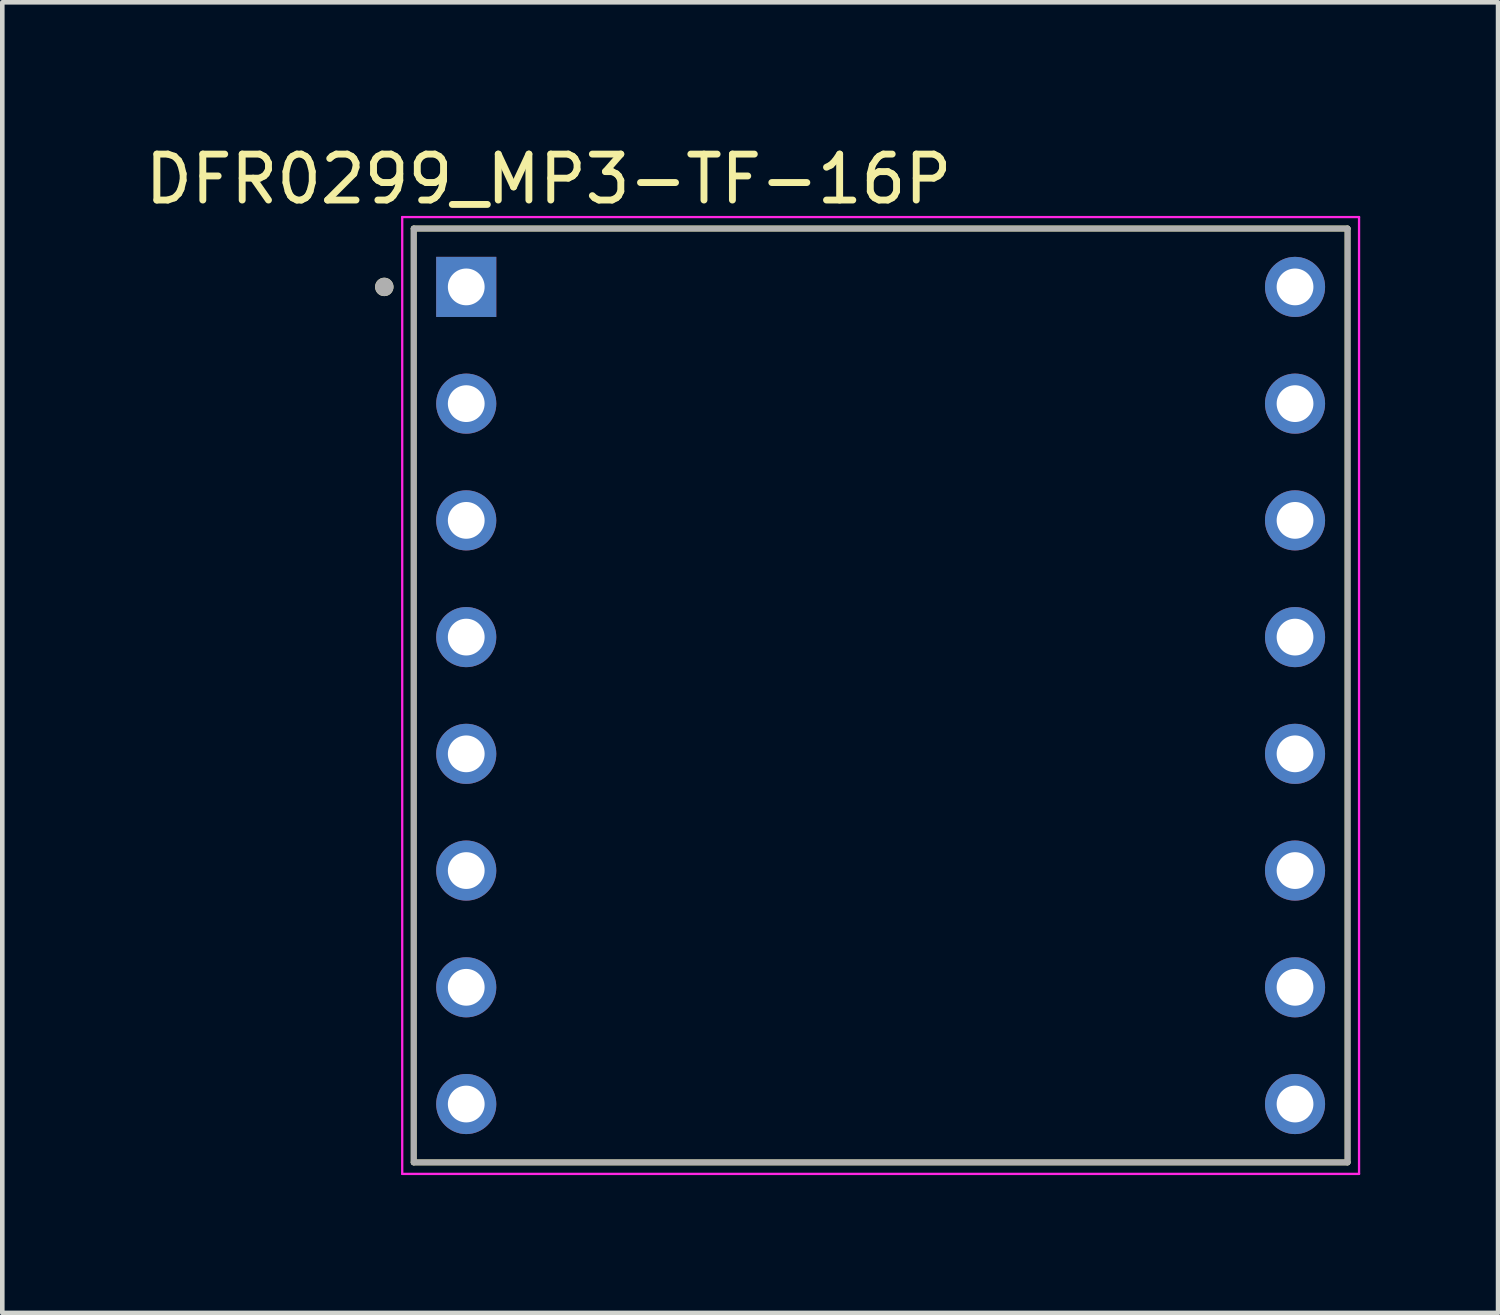
<source format=kicad_pcb>
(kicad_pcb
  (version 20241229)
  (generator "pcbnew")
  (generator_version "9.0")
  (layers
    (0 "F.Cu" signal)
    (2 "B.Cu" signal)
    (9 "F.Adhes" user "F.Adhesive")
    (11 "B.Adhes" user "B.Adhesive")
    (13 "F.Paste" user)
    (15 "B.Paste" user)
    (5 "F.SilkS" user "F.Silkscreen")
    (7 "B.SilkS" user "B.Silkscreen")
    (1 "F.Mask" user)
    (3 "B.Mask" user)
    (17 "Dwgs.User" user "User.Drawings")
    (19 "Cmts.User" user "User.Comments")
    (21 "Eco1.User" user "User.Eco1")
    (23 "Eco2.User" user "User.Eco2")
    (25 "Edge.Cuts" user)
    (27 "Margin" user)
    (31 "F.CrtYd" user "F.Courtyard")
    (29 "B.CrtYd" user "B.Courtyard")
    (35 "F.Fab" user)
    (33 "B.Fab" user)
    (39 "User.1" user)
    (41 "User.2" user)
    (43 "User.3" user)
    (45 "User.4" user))
  (footprint "DFR0299_MP3-TF-16P"
    (layer "F.Cu")
    (at 16.112 12.083)
    (property "Reference" "DFR0299_MP3-TF-16P" (at -7.225 -11.235 0) (layer "F.SilkS") (effects (font (size 1 1) (thickness 0.15))))
    (attr through_hole)
    (fp_line (start -10.16 -10.16) (end 10.16 -10.16) (stroke (width 0.127) (type solid)) (layer "F.SilkS"))
    (fp_line (start -10.16 10.16) (end -10.16 -10.16) (stroke (width 0.127) (type solid)) (layer "F.SilkS"))
    (fp_line (start 10.16 -10.16) (end 10.16 10.16) (stroke (width 0.127) (type solid)) (layer "F.SilkS"))
    (fp_line (start 10.16 10.16) (end -10.16 10.16) (stroke (width 0.127) (type solid)) (layer "F.SilkS"))
    (fp_circle (center -10.8 -8.89) (end -10.7 -8.89) (stroke (width 0.2) (type solid)) (fill no) (layer "F.SilkS"))
    (fp_line (start -10.41 -10.41) (end 10.41 -10.41) (stroke (width 0.05) (type solid)) (layer "F.CrtYd"))
    (fp_line (start -10.41 10.41) (end -10.41 -10.41) (stroke (width 0.05) (type solid)) (layer "F.CrtYd"))
    (fp_line (start 10.41 -10.41) (end 10.41 10.41) (stroke (width 0.05) (type solid)) (layer "F.CrtYd"))
    (fp_line (start 10.41 10.41) (end -10.41 10.41) (stroke (width 0.05) (type solid)) (layer "F.CrtYd"))
    (fp_line (start -10.16 -10.16) (end 10.16 -10.16) (stroke (width 0.127) (type solid)) (layer "F.Fab"))
    (fp_line (start -10.16 10.16) (end -10.16 -10.16) (stroke (width 0.127) (type solid)) (layer "F.Fab"))
    (fp_line (start 10.16 -10.16) (end 10.16 10.16) (stroke (width 0.127) (type solid)) (layer "F.Fab"))
    (fp_line (start 10.16 10.16) (end -10.16 10.16) (stroke (width 0.127) (type solid)) (layer "F.Fab"))
    (fp_circle (center -10.8 -8.89) (end -10.7 -8.89) (stroke (width 0.2) (type solid)) (fill no) (layer "F.Fab"))
    (pad "1" thru_hole rect (at -9.017 -8.89) (size 1.308 1.308) (drill 0.8) (layers "*.Cu" "*.Mask"))
    (pad "2" thru_hole circle (at -9.017 -6.35) (size 1.308 1.308) (drill 0.8) (layers "*.Cu" "*.Mask"))
    (pad "3" thru_hole circle (at -9.017 -3.81) (size 1.308 1.308) (drill 0.8) (layers "*.Cu" "*.Mask"))
    (pad "4" thru_hole circle (at -9.017 -1.27) (size 1.308 1.308) (drill 0.8) (layers "*.Cu" "*.Mask"))
    (pad "5" thru_hole circle (at -9.017 1.27) (size 1.308 1.308) (drill 0.8) (layers "*.Cu" "*.Mask"))
    (pad "6" thru_hole circle (at -9.017 3.81) (size 1.308 1.308) (drill 0.8) (layers "*.Cu" "*.Mask"))
    (pad "7" thru_hole circle (at -9.017 6.35) (size 1.308 1.308) (drill 0.8) (layers "*.Cu" "*.Mask"))
    (pad "8" thru_hole circle (at -9.017 8.89) (size 1.308 1.308) (drill 0.8) (layers "*.Cu" "*.Mask"))
    (pad "9" thru_hole circle (at 9.017 8.89) (size 1.308 1.308) (drill 0.8) (layers "*.Cu" "*.Mask"))
    (pad "10" thru_hole circle (at 9.017 6.35) (size 1.308 1.308) (drill 0.8) (layers "*.Cu" "*.Mask"))
    (pad "11" thru_hole circle (at 9.017 3.81) (size 1.308 1.308) (drill 0.8) (layers "*.Cu" "*.Mask"))
    (pad "12" thru_hole circle (at 9.017 1.27) (size 1.308 1.308) (drill 0.8) (layers "*.Cu" "*.Mask"))
    (pad "13" thru_hole circle (at 9.017 -1.27) (size 1.308 1.308) (drill 0.8) (layers "*.Cu" "*.Mask"))
    (pad "14" thru_hole circle (at 9.017 -3.81) (size 1.308 1.308) (drill 0.8) (layers "*.Cu" "*.Mask"))
    (pad "15" thru_hole circle (at 9.017 -6.35) (size 1.308 1.308) (drill 0.8) (layers "*.Cu" "*.Mask"))
    (pad "16" thru_hole circle (at 9.017 -8.89) (size 1.308 1.308) (drill 0.8) (layers "*.Cu" "*.Mask")))
  (gr_rect
    (start -3 -3)
    (end 29.547 25.518)
    (stroke (width 0.1) (type default))
    (fill no)
    (layer "Edge.Cuts")))
</source>
